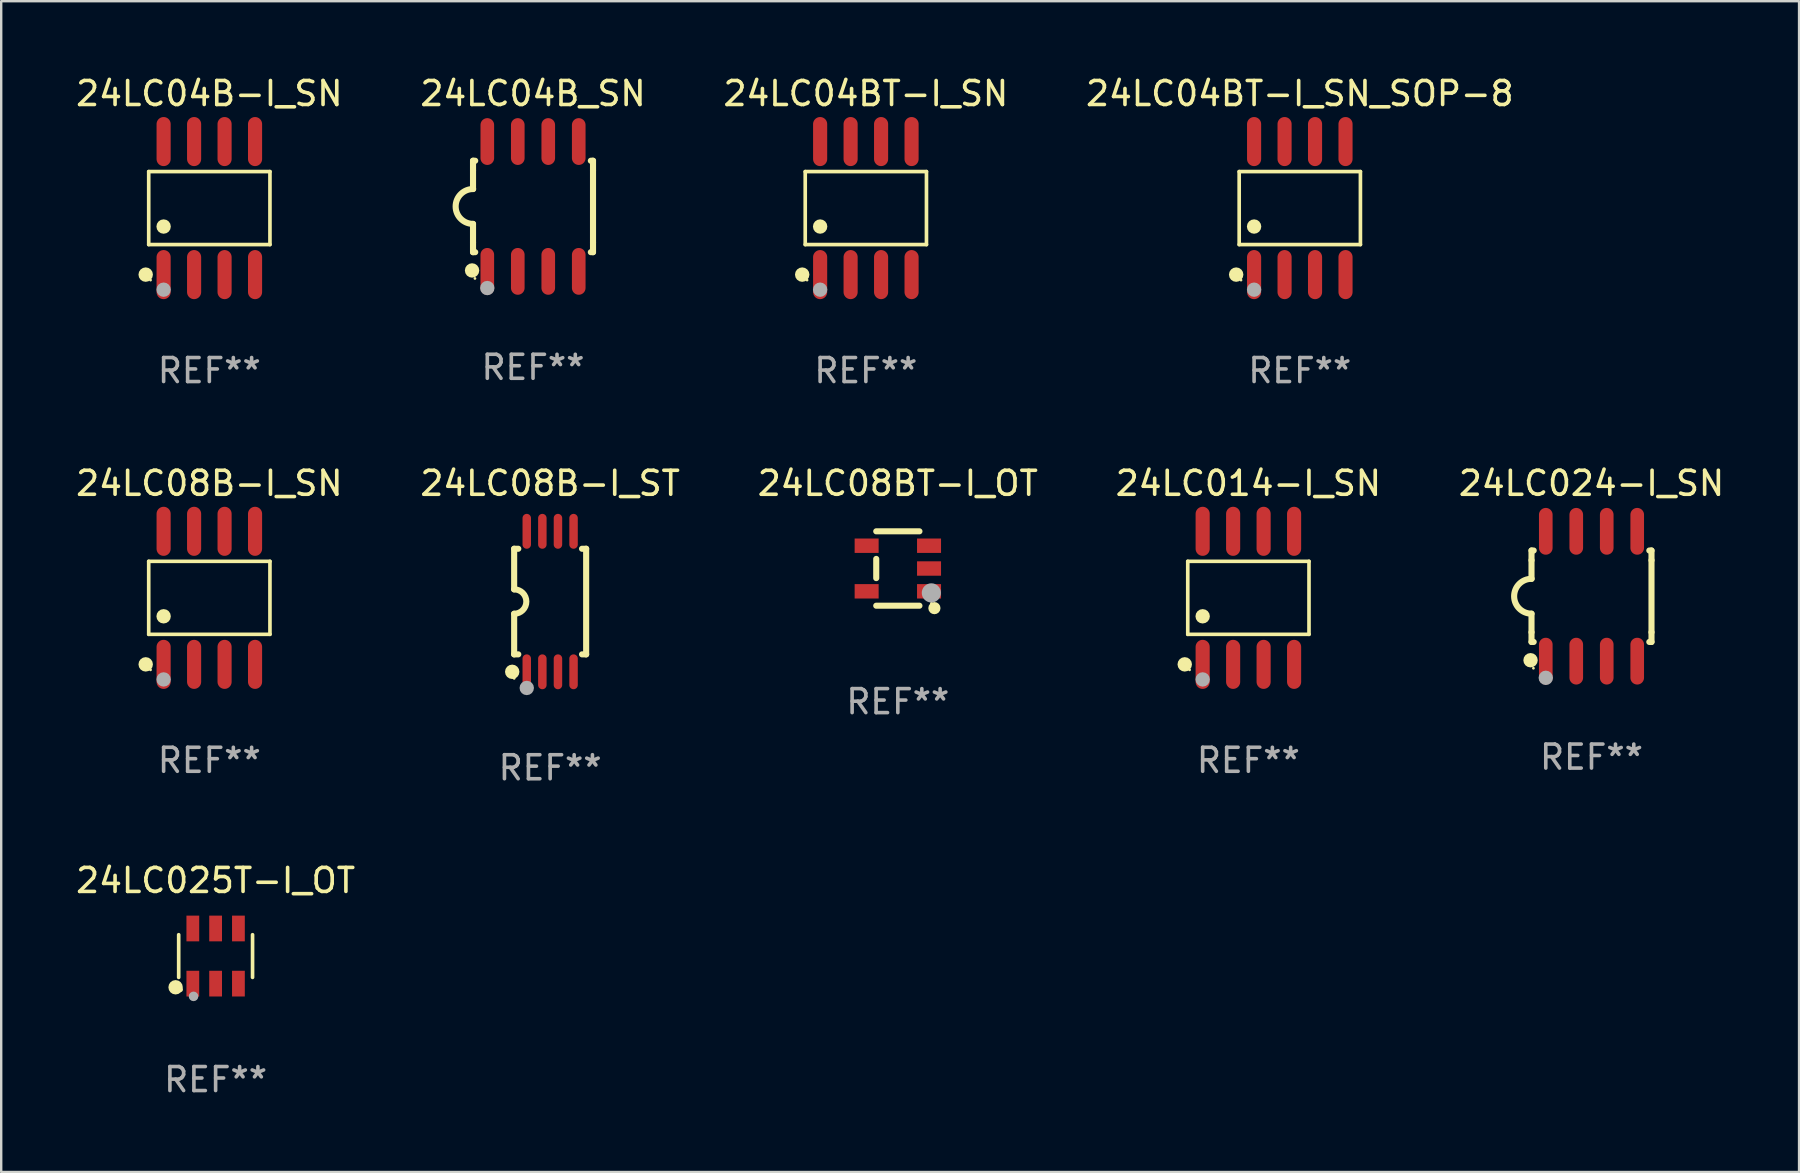
<source format=kicad_pcb>
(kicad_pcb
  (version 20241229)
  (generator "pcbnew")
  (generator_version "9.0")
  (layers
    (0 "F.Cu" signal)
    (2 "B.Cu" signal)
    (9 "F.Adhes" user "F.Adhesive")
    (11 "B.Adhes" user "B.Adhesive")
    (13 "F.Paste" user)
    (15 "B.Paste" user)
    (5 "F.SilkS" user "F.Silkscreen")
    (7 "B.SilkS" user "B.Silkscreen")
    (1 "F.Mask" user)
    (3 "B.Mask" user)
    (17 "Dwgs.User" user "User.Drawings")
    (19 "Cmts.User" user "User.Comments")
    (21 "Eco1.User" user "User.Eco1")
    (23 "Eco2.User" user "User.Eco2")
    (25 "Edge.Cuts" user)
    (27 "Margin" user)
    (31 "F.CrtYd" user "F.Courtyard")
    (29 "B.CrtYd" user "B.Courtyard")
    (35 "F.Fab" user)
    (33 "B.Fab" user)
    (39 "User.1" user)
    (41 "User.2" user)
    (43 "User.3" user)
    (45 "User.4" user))
  (footprint "24LC04BT-I_SN_SOP-8"
    (layer "F.Cu")
    (at 51.113 5.621)
    (property "Reference" "24LC04BT-I_SN_SOP-8" (at 0 -4.772 0) (layer "F.SilkS") (effects (font (size 1 1) (thickness 0.15))))
    (attr through_hole)
    (fp_line (start -2.526 -1.521) (end 2.526 -1.521) (stroke (width 0.152) (type solid)) (layer "F.SilkS"))
    (fp_line (start -2.526 1.521) (end -2.526 -1.521) (stroke (width 0.152) (type solid)) (layer "F.SilkS"))
    (fp_line (start 2.526 -1.521) (end 2.526 1.521) (stroke (width 0.152) (type solid)) (layer "F.SilkS"))
    (fp_line (start 2.526 1.521) (end -2.526 1.521) (stroke (width 0.152) (type solid)) (layer "F.SilkS"))
    (fp_circle (center -2.652 2.772) (end -2.501 2.772) (stroke (width 0.3) (type solid)) (fill no) (layer "F.SilkS"))
    (fp_circle (center -2.45 3) (end -2.42 3) (stroke (width 0.06) (type solid)) (fill no) (layer "F.SilkS"))
    (fp_circle (center -1.905 0.769) (end -1.755 0.769) (stroke (width 0.3) (type solid)) (fill no) (layer "F.SilkS"))
    (fp_circle (center -1.905 3.4) (end -1.755 3.4) (stroke (width 0.3) (type solid)) (fill no) (layer "F.Fab"))
    (fp_text user "REF**" (at 0 6.772 0) (layer "F.Fab") (effects (font (size 1 1) (thickness 0.15))))
    (pad "1" smd oval (at -1.905 2.772) (size 0.588 2.045) (layers "F.Cu" "F.Mask" "F.Paste"))
    (pad "2" smd oval (at -0.635 2.772) (size 0.588 2.045) (layers "F.Cu" "F.Mask" "F.Paste"))
    (pad "3" smd oval (at 0.635 2.772) (size 0.588 2.045) (layers "F.Cu" "F.Mask" "F.Paste"))
    (pad "4" smd oval (at 1.905 2.772) (size 0.588 2.045) (layers "F.Cu" "F.Mask" "F.Paste"))
    (pad "5" smd oval (at 1.905 -2.772) (size 0.588 2.045) (layers "F.Cu" "F.Mask" "F.Paste"))
    (pad "6" smd oval (at 0.635 -2.772) (size 0.588 2.045) (layers "F.Cu" "F.Mask" "F.Paste"))
    (pad "7" smd oval (at -0.635 -2.772) (size 0.588 2.045) (layers "F.Cu" "F.Mask" "F.Paste"))
    (pad "8" smd oval (at -1.905 -2.772) (size 0.588 2.045) (layers "F.Cu" "F.Mask" "F.Paste")))
  (footprint "24LC08B-I_ST"
    (layer "F.Cu")
    (at 19.875 22.017)
    (property "Reference" "24LC08B-I_ST" (at 0 -4.927 0) (layer "F.SilkS") (effects (font (size 1 1) (thickness 0.15))))
    (attr through_hole)
    (fp_line (start -1.5 -2.2) (end -1.5 -0.508) (stroke (width 0.254) (type solid)) (layer "F.SilkS"))
    (fp_line (start -1.5 -2.2) (end -1.328 -2.2) (stroke (width 0.254) (type solid)) (layer "F.SilkS"))
    (fp_line (start -1.5 2.2) (end -1.5 0.508) (stroke (width 0.254) (type solid)) (layer "F.SilkS"))
    (fp_line (start -1.5 2.2) (end -1.328 2.2) (stroke (width 0.254) (type solid)) (layer "F.SilkS"))
    (fp_line (start 1.328 -2.2) (end 1.5 -2.2) (stroke (width 0.254) (type solid)) (layer "F.SilkS"))
    (fp_line (start 1.328 2.2) (end 1.5 2.2) (stroke (width 0.254) (type solid)) (layer "F.SilkS"))
    (fp_line (start 1.5 -2.2) (end 1.5 2.2) (stroke (width 0.254) (type solid)) (layer "F.SilkS"))
    (fp_arc (start -1.501144 -0.508) (mid -0.993143 -0.000571) (end -1.5 0.508001) (stroke (width 0.254001) (type solid)) (layer "F.SilkS"))
    (fp_circle (center -1.581 2.927) (end -1.431 2.927) (stroke (width 0.3) (type solid)) (fill no) (layer "F.SilkS"))
    (fp_circle (center -1.5 3.2) (end -1.47 3.2) (stroke (width 0.06) (type solid)) (fill no) (layer "F.SilkS"))
    (fp_circle (center -0.975 3.6) (end -0.825 3.6) (stroke (width 0.3) (type solid)) (fill no) (layer "F.Fab"))
    (fp_text user "REF**" (at 0 6.927 0) (layer "F.Fab") (effects (font (size 1 1) (thickness 0.15))))
    (pad "1" smd oval (at -0.975 2.927) (size 0.353 1.454) (layers "F.Cu" "F.Mask" "F.Paste"))
    (pad "2" smd oval (at -0.325 2.927) (size 0.353 1.454) (layers "F.Cu" "F.Mask" "F.Paste"))
    (pad "3" smd oval (at 0.325 2.927) (size 0.353 1.454) (layers "F.Cu" "F.Mask" "F.Paste"))
    (pad "4" smd oval (at 0.975 2.927) (size 0.353 1.454) (layers "F.Cu" "F.Mask" "F.Paste"))
    (pad "5" smd oval (at 0.975 -2.927) (size 0.353 1.454) (layers "F.Cu" "F.Mask" "F.Paste"))
    (pad "6" smd oval (at 0.325 -2.927) (size 0.353 1.454) (layers "F.Cu" "F.Mask" "F.Paste"))
    (pad "7" smd oval (at -0.325 -2.927) (size 0.353 1.454) (layers "F.Cu" "F.Mask" "F.Paste"))
    (pad "8" smd oval (at -0.975 -2.927) (size 0.353 1.454) (layers "F.Cu" "F.Mask" "F.Paste")))
  (footprint "24LC024-I_SN"
    (layer "F.Cu")
    (at 63.268 21.795)
    (property "Reference" "24LC024-I_SN" (at 0 -4.705 0) (layer "F.SilkS") (effects (font (size 1 1) (thickness 0.15))))
    (attr through_hole)
    (fp_line (start -2.5 -1.905) (end -2.409 -1.905) (stroke (width 0.254) (type solid)) (layer "F.SilkS"))
    (fp_line (start -2.5 -1.5) (end -2.5 -1.905) (stroke (width 0.254) (type solid)) (layer "F.SilkS"))
    (fp_line (start -2.5 -1.5) (end -2.5 -0.726) (stroke (width 0.254) (type solid)) (layer "F.SilkS"))
    (fp_line (start -2.5 1.5) (end -2.5 0.727) (stroke (width 0.254) (type solid)) (layer "F.SilkS"))
    (fp_line (start -2.5 1.5) (end -2.5 1.905) (stroke (width 0.254) (type solid)) (layer "F.SilkS"))
    (fp_line (start -2.5 1.905) (end -2.409 1.905) (stroke (width 0.254) (type solid)) (layer "F.SilkS"))
    (fp_line (start 2.5 -1.905) (end 2.409 -1.905) (stroke (width 0.254) (type solid)) (layer "F.SilkS"))
    (fp_line (start 2.5 -1.5) (end 2.5 -1.905) (stroke (width 0.254) (type solid)) (layer "F.SilkS"))
    (fp_line (start 2.5 -1.5) (end 2.5 1.5) (stroke (width 0.254) (type solid)) (layer "F.SilkS"))
    (fp_line (start 2.5 1.5) (end 2.5 1.905) (stroke (width 0.254) (type solid)) (layer "F.SilkS"))
    (fp_line (start 2.5 1.905) (end 2.409 1.905) (stroke (width 0.254) (type solid)) (layer "F.SilkS"))
    (fp_arc (start -2.5 0.726568) (mid -3.220316 -0.0023) (end -2.495097 -0.726289) (stroke (width 0.254001) (type solid)) (layer "F.SilkS"))
    (fp_circle (center -2.54 2.667) (end -2.39 2.667) (stroke (width 0.3) (type solid)) (fill no) (layer "F.SilkS"))
    (fp_circle (center -2.42 3) (end -2.39 3) (stroke (width 0.06) (type solid)) (fill no) (layer "F.SilkS"))
    (fp_circle (center -1.905 3.4) (end -1.755 3.4) (stroke (width 0.3) (type solid)) (fill no) (layer "F.Fab"))
    (fp_text user "REF**" (at 0 6.705 0) (layer "F.Fab") (effects (font (size 1 1) (thickness 0.15))))
    (pad "1" smd oval (at -1.905 2.705) (size 0.568 1.95) (layers "F.Cu" "F.Mask" "F.Paste"))
    (pad "2" smd oval (at -0.635 2.705) (size 0.568 1.95) (layers "F.Cu" "F.Mask" "F.Paste"))
    (pad "3" smd oval (at 0.635 2.705) (size 0.568 1.95) (layers "F.Cu" "F.Mask" "F.Paste"))
    (pad "4" smd oval (at 1.905 2.705) (size 0.568 1.95) (layers "F.Cu" "F.Mask" "F.Paste"))
    (pad "5" smd oval (at 1.905 -2.705) (size 0.568 1.95) (layers "F.Cu" "F.Mask" "F.Paste"))
    (pad "6" smd oval (at 0.635 -2.705) (size 0.568 1.95) (layers "F.Cu" "F.Mask" "F.Paste"))
    (pad "7" smd oval (at -0.635 -2.705) (size 0.568 1.95) (layers "F.Cu" "F.Mask" "F.Paste"))
    (pad "8" smd oval (at -1.905 -2.705) (size 0.568 1.95) (layers "F.Cu" "F.Mask" "F.Paste")))
  (footprint "24LC08B-I_SN"
    (layer "F.Cu")
    (at 5.673 21.862)
    (property "Reference" "24LC08B-I_SN" (at 0 -4.772 0) (layer "F.SilkS") (effects (font (size 1 1) (thickness 0.15))))
    (attr through_hole)
    (fp_line (start -2.526 -1.521) (end 2.526 -1.521) (stroke (width 0.152) (type solid)) (layer "F.SilkS"))
    (fp_line (start -2.526 1.521) (end -2.526 -1.521) (stroke (width 0.152) (type solid)) (layer "F.SilkS"))
    (fp_line (start 2.526 -1.521) (end 2.526 1.521) (stroke (width 0.152) (type solid)) (layer "F.SilkS"))
    (fp_line (start 2.526 1.521) (end -2.526 1.521) (stroke (width 0.152) (type solid)) (layer "F.SilkS"))
    (fp_circle (center -2.652 2.772) (end -2.501 2.772) (stroke (width 0.3) (type solid)) (fill no) (layer "F.SilkS"))
    (fp_circle (center -2.45 3) (end -2.42 3) (stroke (width 0.06) (type solid)) (fill no) (layer "F.SilkS"))
    (fp_circle (center -1.905 0.769) (end -1.755 0.769) (stroke (width 0.3) (type solid)) (fill no) (layer "F.SilkS"))
    (fp_circle (center -1.905 3.4) (end -1.755 3.4) (stroke (width 0.3) (type solid)) (fill no) (layer "F.Fab"))
    (fp_text user "REF**" (at 0 6.772 0) (layer "F.Fab") (effects (font (size 1 1) (thickness 0.15))))
    (pad "1" smd oval (at -1.905 2.772) (size 0.588 2.045) (layers "F.Cu" "F.Mask" "F.Paste"))
    (pad "2" smd oval (at -0.635 2.772) (size 0.588 2.045) (layers "F.Cu" "F.Mask" "F.Paste"))
    (pad "3" smd oval (at 0.635 2.772) (size 0.588 2.045) (layers "F.Cu" "F.Mask" "F.Paste"))
    (pad "4" smd oval (at 1.905 2.772) (size 0.588 2.045) (layers "F.Cu" "F.Mask" "F.Paste"))
    (pad "5" smd oval (at 1.905 -2.772) (size 0.588 2.045) (layers "F.Cu" "F.Mask" "F.Paste"))
    (pad "6" smd oval (at 0.635 -2.772) (size 0.588 2.045) (layers "F.Cu" "F.Mask" "F.Paste"))
    (pad "7" smd oval (at -0.635 -2.772) (size 0.588 2.045) (layers "F.Cu" "F.Mask" "F.Paste"))
    (pad "8" smd oval (at -1.905 -2.772) (size 0.588 2.045) (layers "F.Cu" "F.Mask" "F.Paste")))
  (footprint "24LC025T-I_OT"
    (layer "F.Cu")
    (at 5.935 36.789)
    (property "Reference" "24LC025T-I_OT" (at 0 -3.149 0) (layer "F.SilkS") (effects (font (size 1 1) (thickness 0.15))))
    (attr through_hole)
    (fp_line (start -1.539 0.889) (end -1.539 -0.889) (stroke (width 0.152) (type solid)) (layer "F.SilkS"))
    (fp_line (start 1.539 0.889) (end 1.539 -0.889) (stroke (width 0.152) (type solid)) (layer "F.SilkS"))
    (fp_circle (center -1.668 1.301) (end -1.518 1.301) (stroke (width 0.3) (type solid)) (fill no) (layer "F.SilkS"))
    (fp_circle (center -1.463 1.4) (end -1.413 1.4) (stroke (width 0.1) (type solid)) (fill no) (layer "F.SilkS"))
    (fp_circle (center -0.92 1.68) (end -0.82 1.68) (stroke (width 0.2) (type solid)) (fill no) (layer "F.Fab"))
    (fp_text user "REF**" (at 0 5.149 0) (layer "F.Fab") (effects (font (size 1 1) (thickness 0.15))))
    (pad "1" smd rect (at -0.95 1.149) (size 0.532 1.072) (layers "F.Cu" "F.Mask" "F.Paste"))
    (pad "2" smd rect (at 0 1.149) (size 0.532 1.072) (layers "F.Cu" "F.Mask" "F.Paste"))
    (pad "3" smd rect (at 0.95 1.149) (size 0.532 1.072) (layers "F.Cu" "F.Mask" "F.Paste"))
    (pad "4" smd rect (at 0.95 -1.149) (size 0.532 1.072) (layers "F.Cu" "F.Mask" "F.Paste"))
    (pad "5" smd rect (at 0 -1.149) (size 0.532 1.072) (layers "F.Cu" "F.Mask" "F.Paste"))
    (pad "6" smd rect (at -0.95 -1.149) (size 0.532 1.072) (layers "F.Cu" "F.Mask" "F.Paste")))
  (footprint "24LC04BT-I_SN"
    (layer "F.Cu")
    (at 33.03 5.621)
    (property "Reference" "24LC04BT-I_SN" (at 0 -4.772 0) (layer "F.SilkS") (effects (font (size 1 1) (thickness 0.15))))
    (attr through_hole)
    (fp_line (start -2.526 -1.521) (end 2.526 -1.521) (stroke (width 0.152) (type solid)) (layer "F.SilkS"))
    (fp_line (start -2.526 1.521) (end -2.526 -1.521) (stroke (width 0.152) (type solid)) (layer "F.SilkS"))
    (fp_line (start 2.526 -1.521) (end 2.526 1.521) (stroke (width 0.152) (type solid)) (layer "F.SilkS"))
    (fp_line (start 2.526 1.521) (end -2.526 1.521) (stroke (width 0.152) (type solid)) (layer "F.SilkS"))
    (fp_circle (center -2.652 2.772) (end -2.501 2.772) (stroke (width 0.3) (type solid)) (fill no) (layer "F.SilkS"))
    (fp_circle (center -2.45 3) (end -2.42 3) (stroke (width 0.06) (type solid)) (fill no) (layer "F.SilkS"))
    (fp_circle (center -1.905 0.769) (end -1.755 0.769) (stroke (width 0.3) (type solid)) (fill no) (layer "F.SilkS"))
    (fp_circle (center -1.905 3.4) (end -1.755 3.4) (stroke (width 0.3) (type solid)) (fill no) (layer "F.Fab"))
    (fp_text user "REF**" (at 0 6.772 0) (layer "F.Fab") (effects (font (size 1 1) (thickness 0.15))))
    (pad "1" smd oval (at -1.905 2.772) (size 0.588 2.045) (layers "F.Cu" "F.Mask" "F.Paste"))
    (pad "2" smd oval (at -0.635 2.772) (size 0.588 2.045) (layers "F.Cu" "F.Mask" "F.Paste"))
    (pad "3" smd oval (at 0.635 2.772) (size 0.588 2.045) (layers "F.Cu" "F.Mask" "F.Paste"))
    (pad "4" smd oval (at 1.905 2.772) (size 0.588 2.045) (layers "F.Cu" "F.Mask" "F.Paste"))
    (pad "5" smd oval (at 1.905 -2.772) (size 0.588 2.045) (layers "F.Cu" "F.Mask" "F.Paste"))
    (pad "6" smd oval (at 0.635 -2.772) (size 0.588 2.045) (layers "F.Cu" "F.Mask" "F.Paste"))
    (pad "7" smd oval (at -0.635 -2.772) (size 0.588 2.045) (layers "F.Cu" "F.Mask" "F.Paste"))
    (pad "8" smd oval (at -1.905 -2.772) (size 0.588 2.045) (layers "F.Cu" "F.Mask" "F.Paste")))
  (footprint "24LC014-I_SN"
    (layer "F.Cu")
    (at 48.97 21.862)
    (property "Reference" "24LC014-I_SN" (at 0 -4.772 0) (layer "F.SilkS") (effects (font (size 1 1) (thickness 0.15))))
    (attr through_hole)
    (fp_line (start -2.526 -1.521) (end 2.526 -1.521) (stroke (width 0.152) (type solid)) (layer "F.SilkS"))
    (fp_line (start -2.526 1.521) (end -2.526 -1.521) (stroke (width 0.152) (type solid)) (layer "F.SilkS"))
    (fp_line (start 2.526 -1.521) (end 2.526 1.521) (stroke (width 0.152) (type solid)) (layer "F.SilkS"))
    (fp_line (start 2.526 1.521) (end -2.526 1.521) (stroke (width 0.152) (type solid)) (layer "F.SilkS"))
    (fp_circle (center -2.652 2.772) (end -2.501 2.772) (stroke (width 0.3) (type solid)) (fill no) (layer "F.SilkS"))
    (fp_circle (center -2.45 3) (end -2.42 3) (stroke (width 0.06) (type solid)) (fill no) (layer "F.SilkS"))
    (fp_circle (center -1.905 0.769) (end -1.755 0.769) (stroke (width 0.3) (type solid)) (fill no) (layer "F.SilkS"))
    (fp_circle (center -1.905 3.4) (end -1.755 3.4) (stroke (width 0.3) (type solid)) (fill no) (layer "F.Fab"))
    (fp_text user "REF**" (at 0 6.772 0) (layer "F.Fab") (effects (font (size 1 1) (thickness 0.15))))
    (pad "1" smd oval (at -1.905 2.772) (size 0.588 2.045) (layers "F.Cu" "F.Mask" "F.Paste"))
    (pad "2" smd oval (at -0.635 2.772) (size 0.588 2.045) (layers "F.Cu" "F.Mask" "F.Paste"))
    (pad "3" smd oval (at 0.635 2.772) (size 0.588 2.045) (layers "F.Cu" "F.Mask" "F.Paste"))
    (pad "4" smd oval (at 1.905 2.772) (size 0.588 2.045) (layers "F.Cu" "F.Mask" "F.Paste"))
    (pad "5" smd oval (at 1.905 -2.772) (size 0.588 2.045) (layers "F.Cu" "F.Mask" "F.Paste"))
    (pad "6" smd oval (at 0.635 -2.772) (size 0.588 2.045) (layers "F.Cu" "F.Mask" "F.Paste"))
    (pad "7" smd oval (at -0.635 -2.772) (size 0.588 2.045) (layers "F.Cu" "F.Mask" "F.Paste"))
    (pad "8" smd oval (at -1.905 -2.772) (size 0.588 2.045) (layers "F.Cu" "F.Mask" "F.Paste")))
  (footprint "24LC08BT-I_OT"
    (layer "F.Cu")
    (at 34.363 20.64)
    (property "Reference" "24LC08BT-I_OT" (at 0 -3.55 0) (layer "F.SilkS") (effects (font (size 1 1) (thickness 0.15))))
    (attr through_hole)
    (fp_line (start -0.9 -1.55) (end 0.9 -1.55) (stroke (width 0.254) (type solid)) (layer "F.SilkS"))
    (fp_line (start -0.9 0.4) (end -0.9 -0.4) (stroke (width 0.254) (type solid)) (layer "F.SilkS"))
    (fp_line (start -0.9 1.55) (end 0.9 1.55) (stroke (width 0.254) (type solid)) (layer "F.SilkS"))
    (fp_circle (center 1.4 1.45) (end 1.43 1.45) (stroke (width 0.06) (type solid)) (fill no) (layer "F.SilkS"))
    (fp_circle (center 1.524 1.651) (end 1.651 1.651) (stroke (width 0.254) (type solid)) (fill no) (layer "F.SilkS"))
    (fp_circle (center 1.397 1.016) (end 1.597 1.016) (stroke (width 0.4) (type solid)) (fill no) (layer "F.Fab"))
    (fp_text user "REF**" (at 0 5.55 0) (layer "F.Fab") (effects (font (size 1 1) (thickness 0.15))))
    (pad "1" smd rect (at 1.3 0.95) (size 1 0.6) (layers "F.Cu" "F.Mask" "F.Paste"))
    (pad "2" smd rect (at 1.3 -0.000051) (size 1 0.6) (layers "F.Cu" "F.Mask" "F.Paste"))
    (pad "3" smd rect (at 1.3 -0.95) (size 1 0.6) (layers "F.Cu" "F.Mask" "F.Paste"))
    (pad "4" smd rect (at -1.3 -0.95) (size 1 0.6) (layers "F.Cu" "F.Mask" "F.Paste"))
    (pad "5" smd rect (at -1.3 0.95) (size 1 0.6) (layers "F.Cu" "F.Mask" "F.Paste")))
  (footprint "24LC04B-I_SN"
    (layer "F.Cu")
    (at 5.673 5.621)
    (property "Reference" "24LC04B-I_SN" (at 0 -4.772 0) (layer "F.SilkS") (effects (font (size 1 1) (thickness 0.15))))
    (attr through_hole)
    (fp_line (start -2.526 -1.521) (end 2.526 -1.521) (stroke (width 0.152) (type solid)) (layer "F.SilkS"))
    (fp_line (start -2.526 1.521) (end -2.526 -1.521) (stroke (width 0.152) (type solid)) (layer "F.SilkS"))
    (fp_line (start 2.526 -1.521) (end 2.526 1.521) (stroke (width 0.152) (type solid)) (layer "F.SilkS"))
    (fp_line (start 2.526 1.521) (end -2.526 1.521) (stroke (width 0.152) (type solid)) (layer "F.SilkS"))
    (fp_circle (center -2.652 2.772) (end -2.501 2.772) (stroke (width 0.3) (type solid)) (fill no) (layer "F.SilkS"))
    (fp_circle (center -2.45 3) (end -2.42 3) (stroke (width 0.06) (type solid)) (fill no) (layer "F.SilkS"))
    (fp_circle (center -1.905 0.769) (end -1.755 0.769) (stroke (width 0.3) (type solid)) (fill no) (layer "F.SilkS"))
    (fp_circle (center -1.905 3.4) (end -1.755 3.4) (stroke (width 0.3) (type solid)) (fill no) (layer "F.Fab"))
    (fp_text user "REF**" (at 0 6.772 0) (layer "F.Fab") (effects (font (size 1 1) (thickness 0.15))))
    (pad "1" smd oval (at -1.905 2.772) (size 0.588 2.045) (layers "F.Cu" "F.Mask" "F.Paste"))
    (pad "2" smd oval (at -0.635 2.772) (size 0.588 2.045) (layers "F.Cu" "F.Mask" "F.Paste"))
    (pad "3" smd oval (at 0.635 2.772) (size 0.588 2.045) (layers "F.Cu" "F.Mask" "F.Paste"))
    (pad "4" smd oval (at 1.905 2.772) (size 0.588 2.045) (layers "F.Cu" "F.Mask" "F.Paste"))
    (pad "5" smd oval (at 1.905 -2.772) (size 0.588 2.045) (layers "F.Cu" "F.Mask" "F.Paste"))
    (pad "6" smd oval (at 0.635 -2.772) (size 0.588 2.045) (layers "F.Cu" "F.Mask" "F.Paste"))
    (pad "7" smd oval (at -0.635 -2.772) (size 0.588 2.045) (layers "F.Cu" "F.Mask" "F.Paste"))
    (pad "8" smd oval (at -1.905 -2.772) (size 0.588 2.045) (layers "F.Cu" "F.Mask" "F.Paste")))
  (footprint "24LC04B_SN"
    (layer "F.Cu")
    (at 19.161 5.553)
    (property "Reference" "24LC04B_SN" (at 0 -4.705 0) (layer "F.SilkS") (effects (font (size 1 1) (thickness 0.15))))
    (attr through_hole)
    (fp_line (start -2.5 -1.905) (end -2.409 -1.905) (stroke (width 0.254) (type solid)) (layer "F.SilkS"))
    (fp_line (start -2.5 -1.5) (end -2.5 -1.905) (stroke (width 0.254) (type solid)) (layer "F.SilkS"))
    (fp_line (start -2.5 -1.5) (end -2.5 -0.726) (stroke (width 0.254) (type solid)) (layer "F.SilkS"))
    (fp_line (start -2.5 1.5) (end -2.5 0.727) (stroke (width 0.254) (type solid)) (layer "F.SilkS"))
    (fp_line (start -2.5 1.5) (end -2.5 1.905) (stroke (width 0.254) (type solid)) (layer "F.SilkS"))
    (fp_line (start -2.5 1.905) (end -2.409 1.905) (stroke (width 0.254) (type solid)) (layer "F.SilkS"))
    (fp_line (start 2.5 -1.905) (end 2.409 -1.905) (stroke (width 0.254) (type solid)) (layer "F.SilkS"))
    (fp_line (start 2.5 -1.5) (end 2.5 -1.905) (stroke (width 0.254) (type solid)) (layer "F.SilkS"))
    (fp_line (start 2.5 -1.5) (end 2.5 1.5) (stroke (width 0.254) (type solid)) (layer "F.SilkS"))
    (fp_line (start 2.5 1.5) (end 2.5 1.905) (stroke (width 0.254) (type solid)) (layer "F.SilkS"))
    (fp_line (start 2.5 1.905) (end 2.409 1.905) (stroke (width 0.254) (type solid)) (layer "F.SilkS"))
    (fp_arc (start -2.5 0.726568) (mid -3.220316 -0.0023) (end -2.495097 -0.726289) (stroke (width 0.254001) (type solid)) (layer "F.SilkS"))
    (fp_circle (center -2.54 2.667) (end -2.39 2.667) (stroke (width 0.3) (type solid)) (fill no) (layer "F.SilkS"))
    (fp_circle (center -2.42 3) (end -2.39 3) (stroke (width 0.06) (type solid)) (fill no) (layer "F.SilkS"))
    (fp_circle (center -1.905 3.4) (end -1.755 3.4) (stroke (width 0.3) (type solid)) (fill no) (layer "F.Fab"))
    (fp_text user "REF**" (at 0 6.705 0) (layer "F.Fab") (effects (font (size 1 1) (thickness 0.15))))
    (pad "1" smd oval (at -1.905 2.705) (size 0.568 1.95) (layers "F.Cu" "F.Mask" "F.Paste"))
    (pad "2" smd oval (at -0.635 2.705) (size 0.568 1.95) (layers "F.Cu" "F.Mask" "F.Paste"))
    (pad "3" smd oval (at 0.635 2.705) (size 0.568 1.95) (layers "F.Cu" "F.Mask" "F.Paste"))
    (pad "4" smd oval (at 1.905 2.705) (size 0.568 1.95) (layers "F.Cu" "F.Mask" "F.Paste"))
    (pad "5" smd oval (at 1.905 -2.705) (size 0.568 1.95) (layers "F.Cu" "F.Mask" "F.Paste"))
    (pad "6" smd oval (at 0.635 -2.705) (size 0.568 1.95) (layers "F.Cu" "F.Mask" "F.Paste"))
    (pad "7" smd oval (at -0.635 -2.705) (size 0.568 1.95) (layers "F.Cu" "F.Mask" "F.Paste"))
    (pad "8" smd oval (at -1.905 -2.705) (size 0.568 1.95) (layers "F.Cu" "F.Mask" "F.Paste")))
  (gr_rect
    (start -3 -3)
    (end 71.917 45.787)
    (stroke (width 0.1) (type default))
    (fill no)
    (layer "Edge.Cuts")))
</source>
